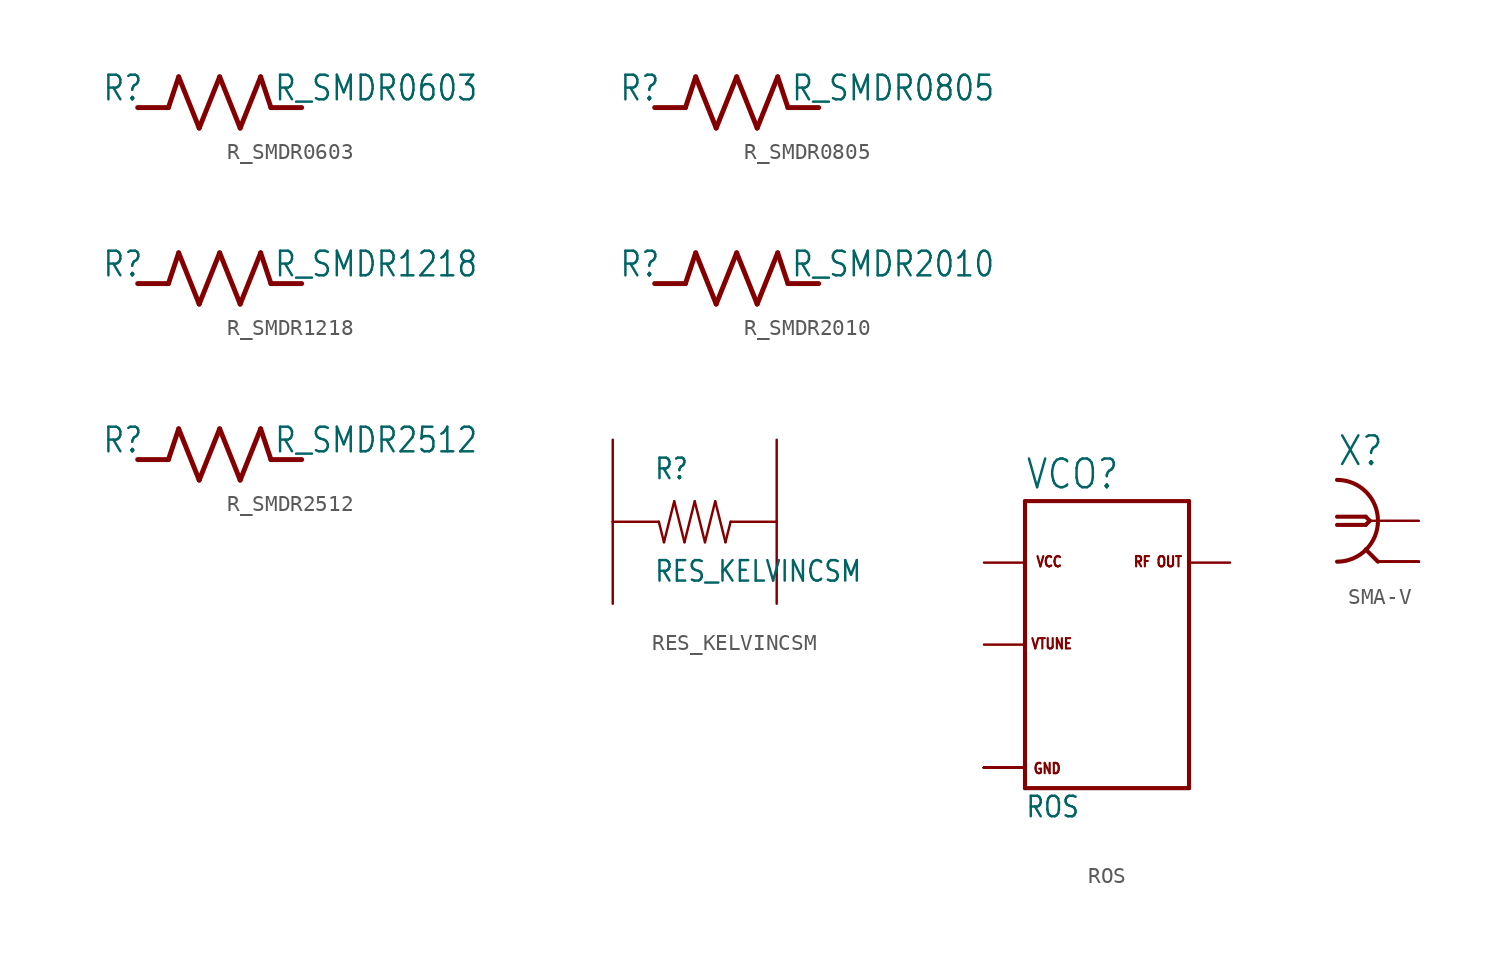
<source format=kicad_sym>
(kicad_symbol_lib
  (version 20211014)
  (generator kicad_symbol_editor)
  (symbol "R_SMDR0603"
    (property "Reference" "R"
      (at -7.303 0.318 0)
      (effects (font (size 1.524 1.295)) (justify left bottom)))
    (property "Value" "R_SMDR0603"
      (at 3.334 0.318 0)
      (effects (font (size 1.524 1.295)) (justify left bottom)))
    (property "ki_locked" ""
      (at 0 0 0)
      (effects (font (size 1.27 1.27))))
    (symbol "R_SMDR0603_1_0"
      (polyline (pts (xy -3.175 0) (xy -5.08 0)) (stroke (width 0.305) (type default) (color 0 0 0 0)) (fill (type none)))
      (polyline (pts (xy -2.54 1.905) (xy -3.175 0)) (stroke (width 0.305) (type default) (color 0 0 0 0)) (fill (type none)))
      (polyline (pts (xy -2.54 1.905) (xy -1.27 -1.27)) (stroke (width 0.305) (type default) (color 0 0 0 0)) (fill (type none)))
      (polyline (pts (xy -1.27 -1.27) (xy 0 1.905)) (stroke (width 0.305) (type default) (color 0 0 0 0)) (fill (type none)))
      (polyline (pts (xy 0 1.905) (xy 1.27 -1.27)) (stroke (width 0.305) (type default) (color 0 0 0 0)) (fill (type none)))
      (polyline (pts (xy 1.27 -1.27) (xy 2.54 1.905)) (stroke (width 0.305) (type default) (color 0 0 0 0)) (fill (type none)))
      (polyline (pts (xy 2.54 1.905) (xy 3.175 0)) (stroke (width 0.305) (type default) (color 0 0 0 0)) (fill (type none)))
      (polyline (pts (xy 3.175 0) (xy 5.08 0)) (stroke (width 0.305) (type default) (color 0 0 0 0)) (fill (type none)))
      (pin passive line (at -5.08 0 0) (length 0) (name "1" (effects (font (size 0 0)))) (number "P$1" (effects (font (size 0 0)))))
      (pin passive line (at 5.08 0 180) (length 0) (name "2" (effects (font (size 0 0)))) (number "P$2" (effects (font (size 0 0)))))))
  (symbol "R_SMDR0805"
    (property "Reference" "R"
      (at -7.303 0.318 0)
      (effects (font (size 1.524 1.295)) (justify left bottom)))
    (property "Value" "R_SMDR0805"
      (at 3.334 0.318 0)
      (effects (font (size 1.524 1.295)) (justify left bottom)))
    (property "ki_locked" ""
      (at 0 0 0)
      (effects (font (size 1.27 1.27))))
    (symbol "R_SMDR0805_1_0"
      (polyline (pts (xy -3.175 0) (xy -5.08 0)) (stroke (width 0.305) (type default) (color 0 0 0 0)) (fill (type none)))
      (polyline (pts (xy -2.54 1.905) (xy -3.175 0)) (stroke (width 0.305) (type default) (color 0 0 0 0)) (fill (type none)))
      (polyline (pts (xy -2.54 1.905) (xy -1.27 -1.27)) (stroke (width 0.305) (type default) (color 0 0 0 0)) (fill (type none)))
      (polyline (pts (xy -1.27 -1.27) (xy 0 1.905)) (stroke (width 0.305) (type default) (color 0 0 0 0)) (fill (type none)))
      (polyline (pts (xy 0 1.905) (xy 1.27 -1.27)) (stroke (width 0.305) (type default) (color 0 0 0 0)) (fill (type none)))
      (polyline (pts (xy 1.27 -1.27) (xy 2.54 1.905)) (stroke (width 0.305) (type default) (color 0 0 0 0)) (fill (type none)))
      (polyline (pts (xy 2.54 1.905) (xy 3.175 0)) (stroke (width 0.305) (type default) (color 0 0 0 0)) (fill (type none)))
      (polyline (pts (xy 3.175 0) (xy 5.08 0)) (stroke (width 0.305) (type default) (color 0 0 0 0)) (fill (type none)))
      (pin passive line (at -5.08 0 0) (length 0) (name "1" (effects (font (size 0 0)))) (number "P$1" (effects (font (size 0 0)))))
      (pin passive line (at 5.08 0 180) (length 0) (name "2" (effects (font (size 0 0)))) (number "P$2" (effects (font (size 0 0)))))))
  (symbol "R_SMDR1218"
    (property "Reference" "R"
      (at -7.303 0.318 0)
      (effects (font (size 1.524 1.295)) (justify left bottom)))
    (property "Value" "R_SMDR1218"
      (at 3.334 0.318 0)
      (effects (font (size 1.524 1.295)) (justify left bottom)))
    (property "ki_locked" ""
      (at 0 0 0)
      (effects (font (size 1.27 1.27))))
    (symbol "R_SMDR1218_1_0"
      (polyline (pts (xy -3.175 0) (xy -5.08 0)) (stroke (width 0.305) (type default) (color 0 0 0 0)) (fill (type none)))
      (polyline (pts (xy -2.54 1.905) (xy -3.175 0)) (stroke (width 0.305) (type default) (color 0 0 0 0)) (fill (type none)))
      (polyline (pts (xy -2.54 1.905) (xy -1.27 -1.27)) (stroke (width 0.305) (type default) (color 0 0 0 0)) (fill (type none)))
      (polyline (pts (xy -1.27 -1.27) (xy 0 1.905)) (stroke (width 0.305) (type default) (color 0 0 0 0)) (fill (type none)))
      (polyline (pts (xy 0 1.905) (xy 1.27 -1.27)) (stroke (width 0.305) (type default) (color 0 0 0 0)) (fill (type none)))
      (polyline (pts (xy 1.27 -1.27) (xy 2.54 1.905)) (stroke (width 0.305) (type default) (color 0 0 0 0)) (fill (type none)))
      (polyline (pts (xy 2.54 1.905) (xy 3.175 0)) (stroke (width 0.305) (type default) (color 0 0 0 0)) (fill (type none)))
      (polyline (pts (xy 3.175 0) (xy 5.08 0)) (stroke (width 0.305) (type default) (color 0 0 0 0)) (fill (type none)))
      (pin passive line (at -5.08 0 0) (length 0) (name "1" (effects (font (size 0 0)))) (number "P$1" (effects (font (size 0 0)))))
      (pin passive line (at 5.08 0 180) (length 0) (name "2" (effects (font (size 0 0)))) (number "P$2" (effects (font (size 0 0)))))))
  (symbol "R_SMDR2010"
    (property "Reference" "R"
      (at -7.303 0.318 0)
      (effects (font (size 1.524 1.295)) (justify left bottom)))
    (property "Value" "R_SMDR2010"
      (at 3.334 0.318 0)
      (effects (font (size 1.524 1.295)) (justify left bottom)))
    (property "ki_locked" ""
      (at 0 0 0)
      (effects (font (size 1.27 1.27))))
    (symbol "R_SMDR2010_1_0"
      (polyline (pts (xy -3.175 0) (xy -5.08 0)) (stroke (width 0.305) (type default) (color 0 0 0 0)) (fill (type none)))
      (polyline (pts (xy -2.54 1.905) (xy -3.175 0)) (stroke (width 0.305) (type default) (color 0 0 0 0)) (fill (type none)))
      (polyline (pts (xy -2.54 1.905) (xy -1.27 -1.27)) (stroke (width 0.305) (type default) (color 0 0 0 0)) (fill (type none)))
      (polyline (pts (xy -1.27 -1.27) (xy 0 1.905)) (stroke (width 0.305) (type default) (color 0 0 0 0)) (fill (type none)))
      (polyline (pts (xy 0 1.905) (xy 1.27 -1.27)) (stroke (width 0.305) (type default) (color 0 0 0 0)) (fill (type none)))
      (polyline (pts (xy 1.27 -1.27) (xy 2.54 1.905)) (stroke (width 0.305) (type default) (color 0 0 0 0)) (fill (type none)))
      (polyline (pts (xy 2.54 1.905) (xy 3.175 0)) (stroke (width 0.305) (type default) (color 0 0 0 0)) (fill (type none)))
      (polyline (pts (xy 3.175 0) (xy 5.08 0)) (stroke (width 0.305) (type default) (color 0 0 0 0)) (fill (type none)))
      (pin passive line (at -5.08 0 0) (length 0) (name "1" (effects (font (size 0 0)))) (number "P$1" (effects (font (size 0 0)))))
      (pin passive line (at 5.08 0 180) (length 0) (name "2" (effects (font (size 0 0)))) (number "P$2" (effects (font (size 0 0)))))))
  (symbol "R_SMDR2512"
    (property "Reference" "R"
      (at -7.303 0.318 0)
      (effects (font (size 1.524 1.295)) (justify left bottom)))
    (property "Value" "R_SMDR2512"
      (at 3.334 0.318 0)
      (effects (font (size 1.524 1.295)) (justify left bottom)))
    (property "ki_locked" ""
      (at 0 0 0)
      (effects (font (size 1.27 1.27))))
    (symbol "R_SMDR2512_1_0"
      (polyline (pts (xy -3.175 0) (xy -5.08 0)) (stroke (width 0.305) (type default) (color 0 0 0 0)) (fill (type none)))
      (polyline (pts (xy -2.54 1.905) (xy -3.175 0)) (stroke (width 0.305) (type default) (color 0 0 0 0)) (fill (type none)))
      (polyline (pts (xy -2.54 1.905) (xy -1.27 -1.27)) (stroke (width 0.305) (type default) (color 0 0 0 0)) (fill (type none)))
      (polyline (pts (xy -1.27 -1.27) (xy 0 1.905)) (stroke (width 0.305) (type default) (color 0 0 0 0)) (fill (type none)))
      (polyline (pts (xy 0 1.905) (xy 1.27 -1.27)) (stroke (width 0.305) (type default) (color 0 0 0 0)) (fill (type none)))
      (polyline (pts (xy 1.27 -1.27) (xy 2.54 1.905)) (stroke (width 0.305) (type default) (color 0 0 0 0)) (fill (type none)))
      (polyline (pts (xy 2.54 1.905) (xy 3.175 0)) (stroke (width 0.305) (type default) (color 0 0 0 0)) (fill (type none)))
      (polyline (pts (xy 3.175 0) (xy 5.08 0)) (stroke (width 0.305) (type default) (color 0 0 0 0)) (fill (type none)))
      (pin passive line (at -5.08 0 0) (length 0) (name "1" (effects (font (size 0 0)))) (number "P$1" (effects (font (size 0 0)))))
      (pin passive line (at 5.08 0 180) (length 0) (name "2" (effects (font (size 0 0)))) (number "P$2" (effects (font (size 0 0)))))))
  (symbol "RES_KELVINCSM"
    (property "Reference" "R"
      (at -2.54 2.54 0)
      (effects (font (size 1.27 1.079)) (justify left bottom)))
    (property "Value" "RES_KELVINCSM"
      (at -2.54 -3.81 0)
      (effects (font (size 1.27 1.079)) (justify left bottom)))
    (property "ki_locked" ""
      (at 0 0 0)
      (effects (font (size 1.27 1.27))))
    (symbol "RES_KELVINCSM_1_0"
      (polyline (pts (xy -2.223 0) (xy -5.08 0)) (stroke (width 0.152) (type default) (color 0 0 0 0)) (fill (type none)))
      (polyline (pts (xy -1.905 -1.27) (xy -2.223 0)) (stroke (width 0.152) (type default) (color 0 0 0 0)) (fill (type none)))
      (polyline (pts (xy -1.905 -1.27) (xy -1.27 1.27)) (stroke (width 0.152) (type default) (color 0 0 0 0)) (fill (type none)))
      (polyline (pts (xy -0.635 -1.27) (xy -1.27 1.27)) (stroke (width 0.152) (type default) (color 0 0 0 0)) (fill (type none)))
      (polyline (pts (xy -0.635 -1.27) (xy 0 1.27)) (stroke (width 0.152) (type default) (color 0 0 0 0)) (fill (type none)))
      (polyline (pts (xy 0 1.27) (xy 0.635 -1.27)) (stroke (width 0.152) (type default) (color 0 0 0 0)) (fill (type none)))
      (polyline (pts (xy 0.635 -1.27) (xy 1.27 1.27)) (stroke (width 0.152) (type default) (color 0 0 0 0)) (fill (type none)))
      (polyline (pts (xy 1.27 1.27) (xy 1.905 -1.27)) (stroke (width 0.152) (type default) (color 0 0 0 0)) (fill (type none)))
      (polyline (pts (xy 1.905 -1.27) (xy 2.223 0)) (stroke (width 0.152) (type default) (color 0 0 0 0)) (fill (type none)))
      (polyline (pts (xy 2.223 0) (xy 5.08 0)) (stroke (width 0.152) (type default) (color 0 0 0 0)) (fill (type none)))
      (pin passive line (at -5.08 5.08 270) (length 5.08) (name "V$1" (effects (font (size 0 0)))) (number "E1" (effects (font (size 0 0)))))
      (pin passive line (at 5.08 5.08 270) (length 5.08) (name "V$2" (effects (font (size 0 0)))) (number "E2" (effects (font (size 0 0)))))
      (pin passive line (at -5.08 -5.08 90) (length 5.08) (name "I$1" (effects (font (size 0 0)))) (number "I1" (effects (font (size 0 0)))))
      (pin passive line (at 5.08 -5.08 90) (length 5.08) (name "I$2" (effects (font (size 0 0)))) (number "I2" (effects (font (size 0 0)))))))
  (symbol "ROS"
    (property "Reference" "VCO"
      (at -5.08 9.525 0)
      (effects (font (size 1.778 1.511)) (justify left bottom)))
    (property "Value" "ROS"
      (at -5.08 -10.795 0)
      (effects (font (size 1.27 1.079)) (justify left bottom)))
    (property "ki_locked" ""
      (at 0 0 0)
      (effects (font (size 1.27 1.27))))
    (symbol "ROS_1_0"
      (polyline (pts (xy -5.08 -8.89) (xy 5.08 -8.89)) (stroke (width 0.254) (type default) (color 0 0 0 0)) (fill (type none)))
      (polyline (pts (xy -5.08 8.89) (xy -5.08 -8.89)) (stroke (width 0.254) (type default) (color 0 0 0 0)) (fill (type none)))
      (polyline (pts (xy -5.08 8.89) (xy 5.08 8.89)) (stroke (width 0.254) (type default) (color 0 0 0 0)) (fill (type none)))
      (polyline (pts (xy 5.08 8.89) (xy 5.08 -8.89)) (stroke (width 0.254) (type default) (color 0 0 0 0)) (fill (type none)))
      (text "GND" (at -2.794 -7.303 0) (effects (font (size 0.635 0.54)) (justify right top)))
      (text "RF OUT" (at 1.587 4.763 0) (effects (font (size 0.635 0.54)) (justify left bottom)))
      (text "VCC" (at -4.445 4.763 0) (effects (font (size 0.635 0.54)) (justify left bottom)))
      (text "VTUNE" (at -4.763 -0.318 0) (effects (font (size 0.635 0.54)) (justify left bottom)))
      (pin power_in line (at -7.62 -7.62 0) (length 2.54) (name "7-GND" (effects (font (size 0 0)))) (number "1" (effects (font (size 0 0)))))
      (pin output line (at 7.62 5.08 180) (length 2.54) (name "13-RFOUT" (effects (font (size 0 0)))) (number "10" (effects (font (size 0 0)))))
      (pin power_in line (at -7.62 -7.62 0) (length 2.54) (name "7-GND" (effects (font (size 0 0)))) (number "11" (effects (font (size 0 0)))))
      (pin power_in line (at -7.62 -7.62 0) (length 2.54) (name "7-GND" (effects (font (size 0 0)))) (number "12" (effects (font (size 0 0)))))
      (pin power_in line (at -7.62 -7.62 0) (length 2.54) (name "7-GND" (effects (font (size 0 0)))) (number "13" (effects (font (size 0 0)))))
      (pin power_in line (at -7.62 5.08 0) (length 2.54) (name "2-VCC" (effects (font (size 0 0)))) (number "14" (effects (font (size 0 0)))))
      (pin power_in line (at -7.62 -7.62 0) (length 2.54) (name "7-GND" (effects (font (size 0 0)))) (number "15" (effects (font (size 0 0)))))
      (pin power_in line (at -7.62 -7.62 0) (length 2.54) (name "7-GND" (effects (font (size 0 0)))) (number "16" (effects (font (size 0 0)))))
      (pin input line (at -7.62 0 0) (length 2.54) (name "5-VTUNE" (effects (font (size 0 0)))) (number "2" (effects (font (size 0 0)))))
      (pin power_in line (at -7.62 -7.62 0) (length 2.54) (name "7-GND" (effects (font (size 0 0)))) (number "3" (effects (font (size 0 0)))))
      (pin power_in line (at -7.62 -7.62 0) (length 2.54) (name "7-GND" (effects (font (size 0 0)))) (number "4" (effects (font (size 0 0)))))
      (pin power_in line (at -7.62 -7.62 0) (length 2.54) (name "7-GND" (effects (font (size 0 0)))) (number "5" (effects (font (size 0 0)))))
      (pin power_in line (at -7.62 -7.62 0) (length 2.54) (name "7-GND" (effects (font (size 0 0)))) (number "6" (effects (font (size 0 0)))))
      (pin power_in line (at -7.62 -7.62 0) (length 2.54) (name "7-GND" (effects (font (size 0 0)))) (number "7" (effects (font (size 0 0)))))
      (pin power_in line (at -7.62 -7.62 0) (length 2.54) (name "7-GND" (effects (font (size 0 0)))) (number "8" (effects (font (size 0 0)))))
      (pin power_in line (at -7.62 -7.62 0) (length 2.54) (name "7-GND" (effects (font (size 0 0)))) (number "9" (effects (font (size 0 0)))))))
  (symbol "SMA-V"
    (property "Reference" "X"
      (at -2.54 3.302 0)
      (effects (font (size 1.778 1.511)) (justify left bottom)))
    (property "ki_locked" ""
      (at 0 0 0)
      (effects (font (size 1.27 1.27))))
    (symbol "SMA-V_1_0"
      (arc (start -2.54 -2.54) (mid 0 0) (end -2.54 2.54) (stroke (width 0.254) (type default) (color 0 0 0 0)) (fill (type none)))
      (polyline (pts (xy -2.54 0.254) (xy -0.762 0.254)) (stroke (width 0.254) (type default) (color 0 0 0 0)) (fill (type none)))
      (polyline (pts (xy -0.762 -0.254) (xy -2.54 -0.254)) (stroke (width 0.254) (type default) (color 0 0 0 0)) (fill (type none)))
      (polyline (pts (xy -0.762 0.254) (xy -0.508 0)) (stroke (width 0.254) (type default) (color 0 0 0 0)) (fill (type none)))
      (polyline (pts (xy -0.508 0) (xy -0.762 -0.254)) (stroke (width 0.254) (type default) (color 0 0 0 0)) (fill (type none)))
      (polyline (pts (xy 0 -2.54) (xy -0.762 -1.778)) (stroke (width 0.254) (type default) (color 0 0 0 0)) (fill (type none)))
      (polyline (pts (xy 0 0) (xy -0.508 0)) (stroke (width 0.152) (type default) (color 0 0 0 0)) (fill (type none)))
      (pin passive line (at 2.54 -2.54 180) (length 2.54) (name "2" (effects (font (size 0 0)))) (number "GND1" (effects (font (size 0 0)))))
      (pin passive line (at 2.54 -2.54 180) (length 2.54) (name "2" (effects (font (size 0 0)))) (number "GND2" (effects (font (size 0 0)))))
      (pin passive line (at 2.54 -2.54 180) (length 2.54) (name "2" (effects (font (size 0 0)))) (number "GND3" (effects (font (size 0 0)))))
      (pin passive line (at 2.54 -2.54 180) (length 2.54) (name "2" (effects (font (size 0 0)))) (number "GND4" (effects (font (size 0 0)))))
      (pin passive line (at 2.54 0 180) (length 2.54) (name "1" (effects (font (size 0 0)))) (number "RF" (effects (font (size 0 0))))))))
</source>
